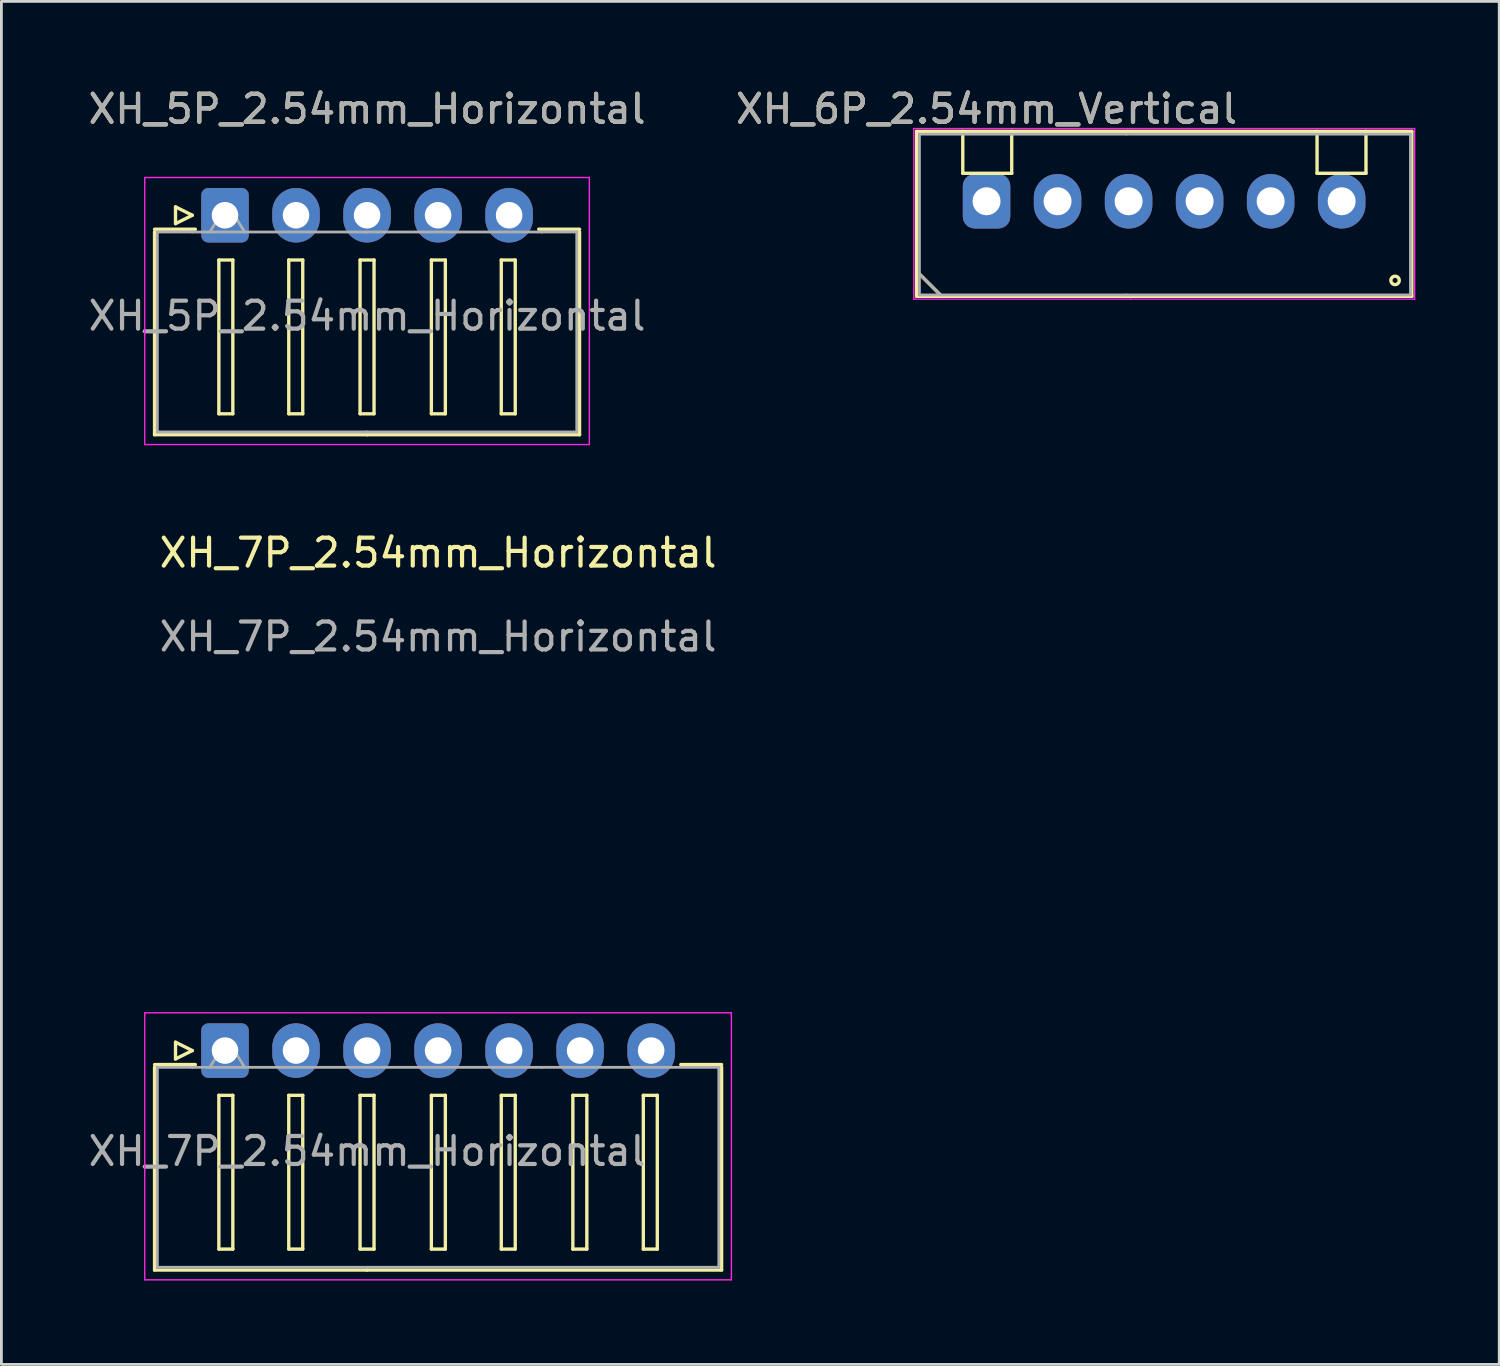
<source format=kicad_pcb>
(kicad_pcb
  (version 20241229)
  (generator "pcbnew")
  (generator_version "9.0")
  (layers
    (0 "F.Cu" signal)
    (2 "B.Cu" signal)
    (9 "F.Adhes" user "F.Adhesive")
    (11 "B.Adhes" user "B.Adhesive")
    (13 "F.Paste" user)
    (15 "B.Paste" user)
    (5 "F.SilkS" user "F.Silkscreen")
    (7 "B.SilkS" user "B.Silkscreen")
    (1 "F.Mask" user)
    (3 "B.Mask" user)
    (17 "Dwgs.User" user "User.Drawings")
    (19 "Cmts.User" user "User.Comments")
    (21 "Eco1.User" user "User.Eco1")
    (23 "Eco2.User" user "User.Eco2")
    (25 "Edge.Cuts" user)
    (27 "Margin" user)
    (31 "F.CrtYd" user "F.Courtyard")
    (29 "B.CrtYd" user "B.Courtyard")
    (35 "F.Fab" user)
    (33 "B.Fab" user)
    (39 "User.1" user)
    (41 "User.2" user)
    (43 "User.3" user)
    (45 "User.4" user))
  (footprint "XH_7P_2.54mm_Horizontal"
    (layer "F.Cu")
    (at 12.617 34.522)
    (property "Reference" "XH_7P_2.54mm_Horizontal" (at 0 -17.8 0) (unlocked yes) (layer "F.SilkS") (effects (font (size 1 1) (thickness 0.15))))
    (attr through_hole)
    (fp_line (start -10.14 0.5) (end -8.68 0.5) (stroke (width 0.12) (type solid)) (layer "F.SilkS"))
    (fp_line (start -10.14 7.85) (end -10.14 0.59) (stroke (width 0.12) (type solid)) (layer "F.SilkS"))
    (fp_line (start -9.39 -0.3) (end -8.79 0) (stroke (width 0.12) (type solid)) (layer "F.SilkS"))
    (fp_line (start -9.39 0.3) (end -9.39 -0.3) (stroke (width 0.12) (type solid)) (layer "F.SilkS"))
    (fp_line (start -8.79 0) (end -9.39 0.3) (stroke (width 0.12) (type solid)) (layer "F.SilkS"))
    (fp_line (start -7.84 1.6) (end -7.84 7.1) (stroke (width 0.12) (type solid)) (layer "F.SilkS"))
    (fp_line (start -7.84 7.1) (end -7.34 7.1) (stroke (width 0.12) (type solid)) (layer "F.SilkS"))
    (fp_line (start -7.34 1.6) (end -7.84 1.6) (stroke (width 0.12) (type solid)) (layer "F.SilkS"))
    (fp_line (start -7.34 7.1) (end -7.34 1.6) (stroke (width 0.12) (type solid)) (layer "F.SilkS"))
    (fp_line (start -5.34 1.6) (end -5.34 7.1) (stroke (width 0.12) (type solid)) (layer "F.SilkS"))
    (fp_line (start -5.34 7.1) (end -4.84 7.1) (stroke (width 0.12) (type solid)) (layer "F.SilkS"))
    (fp_line (start -4.84 1.6) (end -5.34 1.6) (stroke (width 0.12) (type solid)) (layer "F.SilkS"))
    (fp_line (start -4.84 7.1) (end -4.84 1.6) (stroke (width 0.12) (type solid)) (layer "F.SilkS"))
    (fp_line (start -2.79 1.6) (end -2.79 7.1) (stroke (width 0.12) (type solid)) (layer "F.SilkS"))
    (fp_line (start -2.79 7.1) (end -2.29 7.1) (stroke (width 0.12) (type solid)) (layer "F.SilkS"))
    (fp_line (start -2.54 7.85) (end -10.14 7.85) (stroke (width 0.12) (type solid)) (layer "F.SilkS"))
    (fp_line (start -2.54 7.85) (end 10.14 7.85) (stroke (width 0.12) (type solid)) (layer "F.SilkS"))
    (fp_line (start -2.29 1.6) (end -2.79 1.6) (stroke (width 0.12) (type solid)) (layer "F.SilkS"))
    (fp_line (start -2.29 7.1) (end -2.29 1.6) (stroke (width 0.12) (type solid)) (layer "F.SilkS"))
    (fp_line (start -0.24 1.6) (end -0.24 7.1) (stroke (width 0.12) (type solid)) (layer "F.SilkS"))
    (fp_line (start -0.24 7.1) (end 0.26 7.1) (stroke (width 0.12) (type solid)) (layer "F.SilkS"))
    (fp_line (start 0.26 1.6) (end -0.24 1.6) (stroke (width 0.12) (type solid)) (layer "F.SilkS"))
    (fp_line (start 0.26 7.1) (end 0.26 1.6) (stroke (width 0.12) (type solid)) (layer "F.SilkS"))
    (fp_line (start 2.26 1.6) (end 2.26 7.1) (stroke (width 0.12) (type solid)) (layer "F.SilkS"))
    (fp_line (start 2.26 7.1) (end 2.76 7.1) (stroke (width 0.12) (type solid)) (layer "F.SilkS"))
    (fp_line (start 2.76 1.6) (end 2.26 1.6) (stroke (width 0.12) (type solid)) (layer "F.SilkS"))
    (fp_line (start 2.76 7.1) (end 2.76 1.6) (stroke (width 0.12) (type solid)) (layer "F.SilkS"))
    (fp_line (start 4.82 1.6) (end 4.82 7.1) (stroke (width 0.12) (type solid)) (layer "F.SilkS"))
    (fp_line (start 4.82 7.1) (end 5.32 7.1) (stroke (width 0.12) (type solid)) (layer "F.SilkS"))
    (fp_line (start 5.32 1.6) (end 4.82 1.6) (stroke (width 0.12) (type solid)) (layer "F.SilkS"))
    (fp_line (start 5.32 7.1) (end 5.32 1.6) (stroke (width 0.12) (type solid)) (layer "F.SilkS"))
    (fp_line (start 7.34 1.6) (end 7.34 7.1) (stroke (width 0.12) (type solid)) (layer "F.SilkS"))
    (fp_line (start 7.34 7.1) (end 7.84 7.1) (stroke (width 0.12) (type solid)) (layer "F.SilkS"))
    (fp_line (start 7.84 1.6) (end 7.34 1.6) (stroke (width 0.12) (type solid)) (layer "F.SilkS"))
    (fp_line (start 7.84 7.1) (end 7.84 1.6) (stroke (width 0.12) (type solid)) (layer "F.SilkS"))
    (fp_line (start 10.14 0.5) (end 8.68 0.5) (stroke (width 0.12) (type solid)) (layer "F.SilkS"))
    (fp_line (start 10.14 7.85) (end 10.14 0.59) (stroke (width 0.12) (type solid)) (layer "F.SilkS"))
    (fp_line (start -10.49 -1.35) (end -10.49 8.2) (stroke (width 0.05) (type solid)) (layer "F.CrtYd"))
    (fp_line (start -10.49 8.2) (end 10.49 8.2) (stroke (width 0.05) (type solid)) (layer "F.CrtYd"))
    (fp_line (start 10.49 -1.35) (end -10.49 -1.35) (stroke (width 0.05) (type solid)) (layer "F.CrtYd"))
    (fp_line (start 10.49 8.2) (end 10.49 -1.35) (stroke (width 0.05) (type solid)) (layer "F.CrtYd"))
    (fp_line (start -10.04 0.6) (end -8.79 0.6) (stroke (width 0.1) (type solid)) (layer "F.Fab"))
    (fp_line (start -10.04 7.75) (end -10.04 0.65) (stroke (width 0.1) (type solid)) (layer "F.Fab"))
    (fp_line (start -8.79 0.6) (end -2.54 0.6) (stroke (width 0.1) (type solid)) (layer "F.Fab"))
    (fp_line (start -8.165 0.6) (end -7.54 -0.4) (stroke (width 0.1) (type solid)) (layer "F.Fab"))
    (fp_line (start -7.54 -0.4) (end -6.915 0.6) (stroke (width 0.1) (type solid)) (layer "F.Fab"))
    (fp_line (start -2.54 7.75) (end -10.04 7.75) (stroke (width 0.1) (type solid)) (layer "F.Fab"))
    (fp_line (start -2.54 7.75) (end 10.04 7.75) (stroke (width 0.1) (type solid)) (layer "F.Fab"))
    (fp_line (start 3.71 0.6) (end -2.54 0.6) (stroke (width 0.1) (type solid)) (layer "F.Fab"))
    (fp_line (start 10.04 0.6) (end 3.71 0.6) (stroke (width 0.1) (type solid)) (layer "F.Fab"))
    (fp_line (start 10.04 7.75) (end 10.04 0.6) (stroke (width 0.1) (type solid)) (layer "F.Fab"))
    (fp_text user "${REFERENCE}" (at -2.54 3.6 0) (layer "F.Fab") (effects (font (size 1 1) (thickness 0.15))))
    (fp_text user "${REFERENCE}" (at 0 -14.8 0) (unlocked yes) (layer "F.Fab") (effects (font (size 1 1) (thickness 0.15))))
    (pad "1" thru_hole roundrect (at -7.62 0) (size 1.7 1.95) (drill 0.95) (layers "*.Cu" "*.Mask") (roundrect_rratio 0.147))
    (pad "2" thru_hole oval (at -5.08 0) (size 1.7 1.95) (drill 0.95) (layers "*.Cu" "*.Mask"))
    (pad "3" thru_hole oval (at -2.54 0) (size 1.7 1.95) (drill 0.95) (layers "*.Cu" "*.Mask"))
    (pad "4" thru_hole oval (at 0 0) (size 1.7 1.95) (drill 0.95) (layers "*.Cu" "*.Mask"))
    (pad "5" thru_hole oval (at 2.54 0) (size 1.7 1.95) (drill 0.95) (layers "*.Cu" "*.Mask"))
    (pad "6" thru_hole oval (at 5.08 0) (size 1.7 1.95) (drill 0.95) (layers "*.Cu" "*.Mask"))
    (pad "7" thru_hole oval (at 7.62 0) (size 1.7 1.95) (drill 0.95) (layers "*.Cu" "*.Mask")))
  (footprint "XH_6P_2.54mm_Vertical"
    (layer "F.Cu")
    (at 32.232 4.148)
    (property "Reference" "XH_6P_2.54mm_Vertical" (at 0 -3.3 0) (unlocked yes) (layer "F.SilkS") (effects (font (size 1 1) (thickness 0.15))))
    (attr through_hole)
    (fp_line (start -2.5 -2.5) (end 5.05 -2.5) (stroke (width 0.12) (type solid)) (layer "F.SilkS"))
    (fp_line (start -2.5 2.5) (end -1.6 3.4) (stroke (width 0.12) (type solid)) (layer "F.SilkS"))
    (fp_line (start -2.5 3.4) (end -2.5 -2.5) (stroke (width 0.12) (type solid)) (layer "F.SilkS"))
    (fp_line (start -2.5 3.4) (end 5.05 3.4) (stroke (width 0.12) (type solid)) (layer "F.SilkS"))
    (fp_line (start -0.85 -2.5) (end -0.85 -1) (stroke (width 0.12) (type solid)) (layer "F.SilkS"))
    (fp_line (start -0.85 -1) (end 0.9 -1) (stroke (width 0.12) (type solid)) (layer "F.SilkS"))
    (fp_line (start 0.9 -1) (end 0.9 -2.5) (stroke (width 0.12) (type solid)) (layer "F.SilkS"))
    (fp_line (start 5.05 -2.5) (end 15.21 -2.5) (stroke (width 0.12) (type solid)) (layer "F.SilkS"))
    (fp_line (start 5.05 3.4) (end 15.21 3.4) (stroke (width 0.12) (type solid)) (layer "F.SilkS"))
    (fp_line (start 11.82 -2.5) (end 11.82 -1) (stroke (width 0.12) (type solid)) (layer "F.SilkS"))
    (fp_line (start 11.82 -1) (end 13.57 -1) (stroke (width 0.12) (type solid)) (layer "F.SilkS"))
    (fp_line (start 13.57 -1) (end 13.57 -2.5) (stroke (width 0.12) (type solid)) (layer "F.SilkS"))
    (fp_line (start 15.21 3.4) (end 15.21 -2.5) (stroke (width 0.12) (type solid)) (layer "F.SilkS"))
    (fp_circle (center 14.61 2.83) (end 14.61 2.98) (stroke (width 0.12) (type solid)) (fill no) (layer "F.SilkS"))
    (fp_line (start -2.6 -2.6) (end -2.6 3.5) (stroke (width 0.05) (type solid)) (layer "F.CrtYd"))
    (fp_line (start -2.6 -2.6) (end 5.15 -2.6) (stroke (width 0.05) (type solid)) (layer "F.CrtYd"))
    (fp_line (start -2.6 3.5) (end 5.15 3.5) (stroke (width 0.05) (type solid)) (layer "F.CrtYd"))
    (fp_line (start 5.15 -2.6) (end 15.31 -2.6) (stroke (width 0.05) (type solid)) (layer "F.CrtYd"))
    (fp_line (start 5.15 3.5) (end 15.31 3.5) (stroke (width 0.05) (type solid)) (layer "F.CrtYd"))
    (fp_line (start 15.31 -2.6) (end 15.31 3.5) (stroke (width 0.05) (type solid)) (layer "F.CrtYd"))
    (fp_line (start -2.4 2.6) (end -1.65 3.35) (stroke (width 0.1) (type solid)) (layer "F.Fab"))
    (fp_line (start -2.4 3.35) (end -2.4 -2.4) (stroke (width 0.1) (type solid)) (layer "F.Fab"))
    (fp_line (start 5 -2.4) (end -2.4 -2.4) (stroke (width 0.1) (type solid)) (layer "F.Fab"))
    (fp_line (start 5 -2.4) (end 15.16 -2.4) (stroke (width 0.1) (type solid)) (layer "F.Fab"))
    (fp_line (start 5 3.35) (end -2.4 3.35) (stroke (width 0.1) (type solid)) (layer "F.Fab"))
    (fp_line (start 5 3.35) (end 15.16 3.35) (stroke (width 0.1) (type solid)) (layer "F.Fab"))
    (fp_line (start 15.16 3.35) (end 15.16 -2.4) (stroke (width 0.1) (type solid)) (layer "F.Fab"))
    (fp_text user "${REFERENCE}" (at 0 -3.3 0) (unlocked yes) (layer "F.Fab") (effects (font (size 1 1) (thickness 0.15))))
    (pad "1" thru_hole roundrect (at 0 0 90) (size 1.95 1.7) (drill 1) (layers "*.Cu" "*.Mask") (roundrect_rratio 0.25))
    (pad "2" thru_hole oval (at 2.54 0 90) (size 1.95 1.7) (drill 1) (layers "*.Cu" "*.Mask"))
    (pad "3" thru_hole oval (at 5.08 0 90) (size 1.95 1.7) (drill 1) (layers "*.Cu" "*.Mask"))
    (pad "4" thru_hole oval (at 7.62 0 90) (size 1.95 1.7) (drill 1) (layers "*.Cu" "*.Mask"))
    (pad "5" thru_hole oval (at 10.16 0 90) (size 1.95 1.7) (drill 1) (layers "*.Cu" "*.Mask"))
    (pad "6" thru_hole oval (at 12.7 0 90) (size 1.95 1.7) (drill 1) (layers "*.Cu" "*.Mask")))
  (footprint "XH_5P_2.54mm_Horizontal"
    (layer "F.Cu")
    (at 10.077 4.648)
    (property "Reference" "XH_5P_2.54mm_Horizontal" (at 0 -3.8 0) (unlocked yes) (layer "F.SilkS") (effects (font (size 1 1) (thickness 0.15))))
    (attr through_hole)
    (fp_line (start -7.6 0.5) (end -6.14 0.5) (stroke (width 0.12) (type solid)) (layer "F.SilkS"))
    (fp_line (start -7.6 7.85) (end -7.6 0.59) (stroke (width 0.12) (type solid)) (layer "F.SilkS"))
    (fp_line (start -6.85 -0.3) (end -6.25 0) (stroke (width 0.12) (type solid)) (layer "F.SilkS"))
    (fp_line (start -6.85 0.3) (end -6.85 -0.3) (stroke (width 0.12) (type solid)) (layer "F.SilkS"))
    (fp_line (start -6.25 0) (end -6.85 0.3) (stroke (width 0.12) (type solid)) (layer "F.SilkS"))
    (fp_line (start -5.3 1.6) (end -5.3 7.1) (stroke (width 0.12) (type solid)) (layer "F.SilkS"))
    (fp_line (start -5.3 7.1) (end -4.8 7.1) (stroke (width 0.12) (type solid)) (layer "F.SilkS"))
    (fp_line (start -4.8 1.6) (end -5.3 1.6) (stroke (width 0.12) (type solid)) (layer "F.SilkS"))
    (fp_line (start -4.8 7.1) (end -4.8 1.6) (stroke (width 0.12) (type solid)) (layer "F.SilkS"))
    (fp_line (start -2.8 1.6) (end -2.8 7.1) (stroke (width 0.12) (type solid)) (layer "F.SilkS"))
    (fp_line (start -2.8 7.1) (end -2.3 7.1) (stroke (width 0.12) (type solid)) (layer "F.SilkS"))
    (fp_line (start -2.3 1.6) (end -2.8 1.6) (stroke (width 0.12) (type solid)) (layer "F.SilkS"))
    (fp_line (start -2.3 7.1) (end -2.3 1.6) (stroke (width 0.12) (type solid)) (layer "F.SilkS"))
    (fp_line (start -0.25 1.6) (end -0.25 7.1) (stroke (width 0.12) (type solid)) (layer "F.SilkS"))
    (fp_line (start -0.25 7.1) (end 0.25 7.1) (stroke (width 0.12) (type solid)) (layer "F.SilkS"))
    (fp_line (start 0 7.85) (end -7.6 7.85) (stroke (width 0.12) (type solid)) (layer "F.SilkS"))
    (fp_line (start 0 7.85) (end 7.6 7.85) (stroke (width 0.12) (type solid)) (layer "F.SilkS"))
    (fp_line (start 0.25 1.6) (end -0.25 1.6) (stroke (width 0.12) (type solid)) (layer "F.SilkS"))
    (fp_line (start 0.25 7.1) (end 0.25 1.6) (stroke (width 0.12) (type solid)) (layer "F.SilkS"))
    (fp_line (start 2.3 1.6) (end 2.3 7.1) (stroke (width 0.12) (type solid)) (layer "F.SilkS"))
    (fp_line (start 2.3 7.1) (end 2.8 7.1) (stroke (width 0.12) (type solid)) (layer "F.SilkS"))
    (fp_line (start 2.8 1.6) (end 2.3 1.6) (stroke (width 0.12) (type solid)) (layer "F.SilkS"))
    (fp_line (start 2.8 7.1) (end 2.8 1.6) (stroke (width 0.12) (type solid)) (layer "F.SilkS"))
    (fp_line (start 4.8 1.6) (end 4.8 7.1) (stroke (width 0.12) (type solid)) (layer "F.SilkS"))
    (fp_line (start 4.8 7.1) (end 5.3 7.1) (stroke (width 0.12) (type solid)) (layer "F.SilkS"))
    (fp_line (start 5.3 1.6) (end 4.8 1.6) (stroke (width 0.12) (type solid)) (layer "F.SilkS"))
    (fp_line (start 5.3 7.1) (end 5.3 1.6) (stroke (width 0.12) (type solid)) (layer "F.SilkS"))
    (fp_line (start 7.6 0.5) (end 6.14 0.5) (stroke (width 0.12) (type solid)) (layer "F.SilkS"))
    (fp_line (start 7.6 7.85) (end 7.6 0.59) (stroke (width 0.12) (type solid)) (layer "F.SilkS"))
    (fp_line (start -7.95 -1.35) (end -7.95 8.2) (stroke (width 0.05) (type solid)) (layer "F.CrtYd"))
    (fp_line (start -7.95 8.2) (end 7.95 8.2) (stroke (width 0.05) (type solid)) (layer "F.CrtYd"))
    (fp_line (start 7.95 -1.35) (end -7.95 -1.35) (stroke (width 0.05) (type solid)) (layer "F.CrtYd"))
    (fp_line (start 7.95 8.2) (end 7.95 -1.35) (stroke (width 0.05) (type solid)) (layer "F.CrtYd"))
    (fp_line (start -7.5 0.6) (end -6.25 0.6) (stroke (width 0.1) (type solid)) (layer "F.Fab"))
    (fp_line (start -7.5 7.75) (end -7.5 0.65) (stroke (width 0.1) (type solid)) (layer "F.Fab"))
    (fp_line (start -6.25 0.6) (end 0 0.6) (stroke (width 0.1) (type solid)) (layer "F.Fab"))
    (fp_line (start -5.625 0.6) (end -5 -0.4) (stroke (width 0.1) (type solid)) (layer "F.Fab"))
    (fp_line (start -5 -0.4) (end -4.375 0.6) (stroke (width 0.1) (type solid)) (layer "F.Fab"))
    (fp_line (start 0 7.75) (end -7.5 7.75) (stroke (width 0.1) (type solid)) (layer "F.Fab"))
    (fp_line (start 0 7.75) (end 7.5 7.75) (stroke (width 0.1) (type solid)) (layer "F.Fab"))
    (fp_line (start 6.25 0.6) (end 0 0.6) (stroke (width 0.1) (type solid)) (layer "F.Fab"))
    (fp_line (start 7.5 0.6) (end 6.25 0.6) (stroke (width 0.1) (type solid)) (layer "F.Fab"))
    (fp_line (start 7.5 7.75) (end 7.5 0.6) (stroke (width 0.1) (type solid)) (layer "F.Fab"))
    (fp_text user "${REFERENCE}" (at 0 -3.8 0) (unlocked yes) (layer "F.Fab") (effects (font (size 1 1) (thickness 0.15))))
    (fp_text user "${REFERENCE}" (at 0 3.6 0) (layer "F.Fab") (effects (font (size 1 1) (thickness 0.15))))
    (pad "1" thru_hole roundrect (at -5.08 0) (size 1.7 1.95) (drill 0.95) (layers "*.Cu" "*.Mask") (roundrect_rratio 0.147))
    (pad "2" thru_hole oval (at -2.54 0) (size 1.7 1.95) (drill 0.95) (layers "*.Cu" "*.Mask"))
    (pad "3" thru_hole oval (at 0 0) (size 1.7 1.95) (drill 0.95) (layers "*.Cu" "*.Mask"))
    (pad "4" thru_hole oval (at 2.54 0) (size 1.7 1.95) (drill 0.95) (layers "*.Cu" "*.Mask"))
    (pad "5" thru_hole oval (at 5.08 0) (size 1.7 1.95) (drill 0.95) (layers "*.Cu" "*.Mask")))
  (gr_rect
    (start -3 -3)
    (end 50.567 45.746)
    (stroke (width 0.1) (type default))
    (fill no)
    (layer "Edge.Cuts")))
</source>
